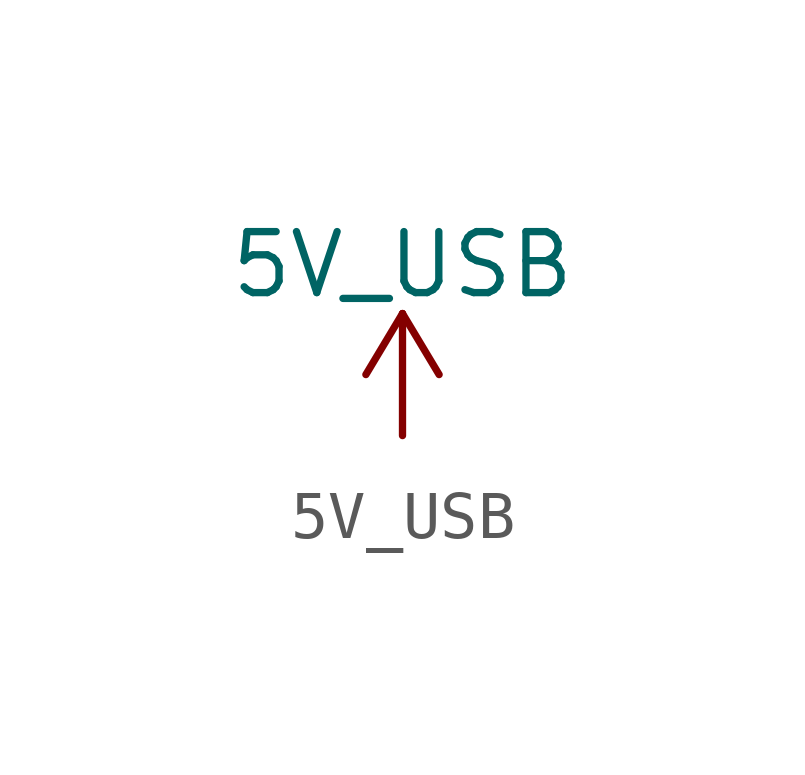
<source format=kicad_sym>
(kicad_symbol_lib
  (version 20211014)
  (generator kicad_symbol_editor)
  (symbol "5V_USB"
    (power)
    (pin_names
      (offset 0))
    (property "Reference" "#PWR"
      (at 0 -3.81 0)
      (effects (font (size 1.27 1.27)) hide))
    (property "Value" "5V_USB"
      (at 0 3.556 0)
      (effects (font (size 1.27 1.27))))
    (symbol "5V_USB_0_1"
      (polyline (pts (xy -0.762 1.27) (xy 0 2.54)) (stroke (width 0) (type default) (color 0 0 0 0)) (fill (type none)))
      (polyline (pts (xy 0 0) (xy 0 2.54)) (stroke (width 0) (type default) (color 0 0 0 0)) (fill (type none)))
      (polyline (pts (xy 0 2.54) (xy 0.762 1.27)) (stroke (width 0) (type default) (color 0 0 0 0)) (fill (type none))))
    (symbol "5V_USB_1_1"
      (pin power_in line (at 0 0 90) (length 0) hide (name "5V_USB" (effects (font (size 1.27 1.27)))) (number "1" (effects (font (size 1.27 1.27))))))))
</source>
